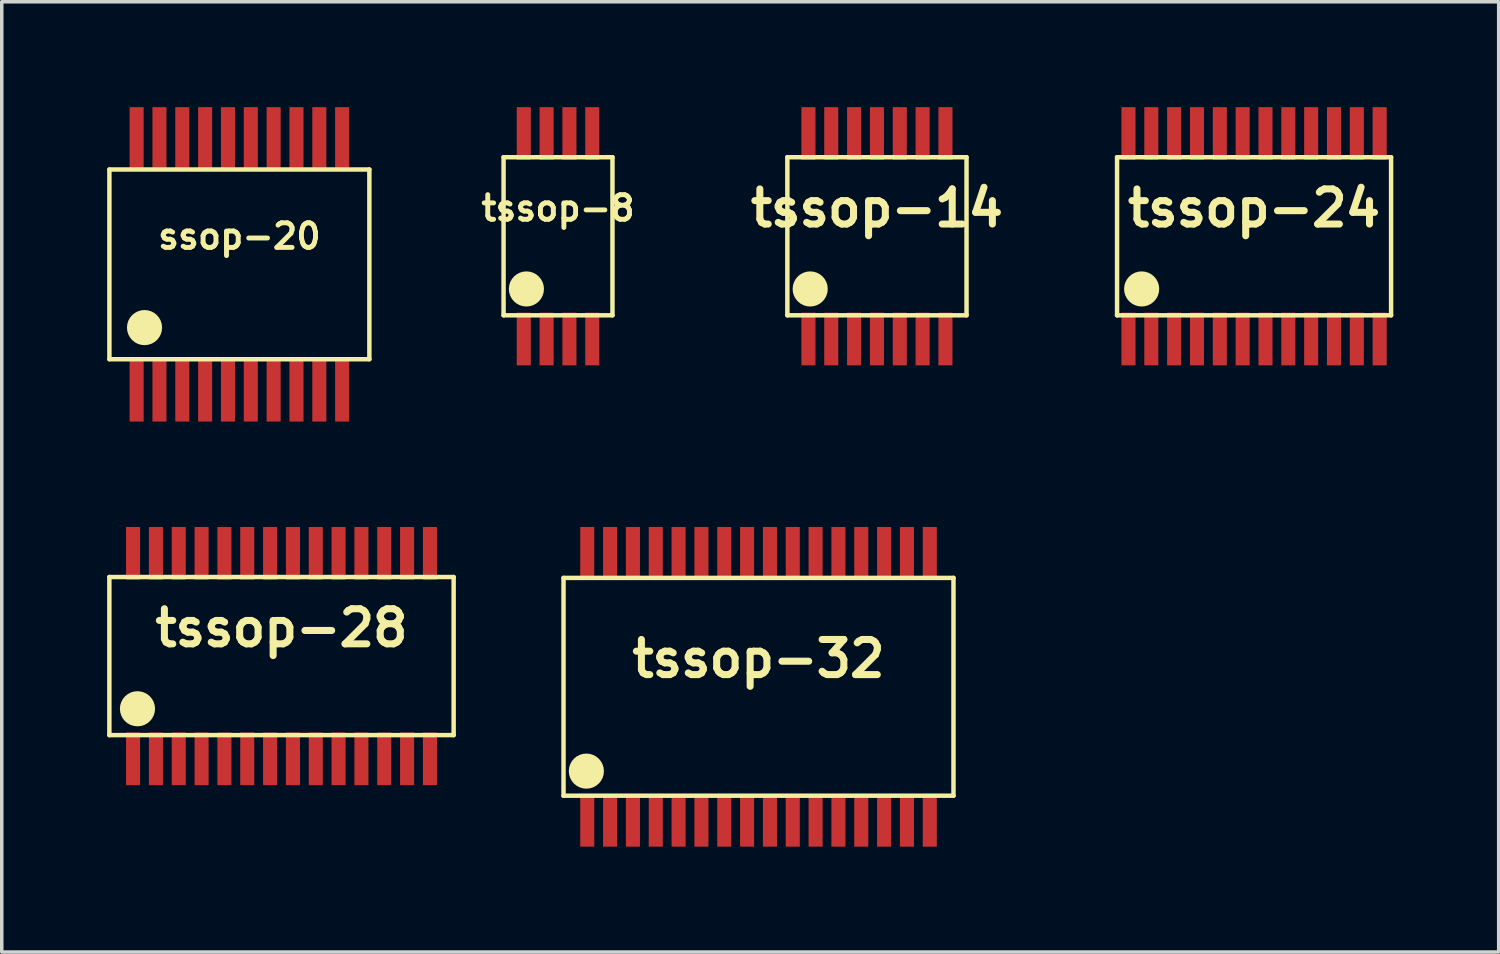
<source format=kicad_pcb>
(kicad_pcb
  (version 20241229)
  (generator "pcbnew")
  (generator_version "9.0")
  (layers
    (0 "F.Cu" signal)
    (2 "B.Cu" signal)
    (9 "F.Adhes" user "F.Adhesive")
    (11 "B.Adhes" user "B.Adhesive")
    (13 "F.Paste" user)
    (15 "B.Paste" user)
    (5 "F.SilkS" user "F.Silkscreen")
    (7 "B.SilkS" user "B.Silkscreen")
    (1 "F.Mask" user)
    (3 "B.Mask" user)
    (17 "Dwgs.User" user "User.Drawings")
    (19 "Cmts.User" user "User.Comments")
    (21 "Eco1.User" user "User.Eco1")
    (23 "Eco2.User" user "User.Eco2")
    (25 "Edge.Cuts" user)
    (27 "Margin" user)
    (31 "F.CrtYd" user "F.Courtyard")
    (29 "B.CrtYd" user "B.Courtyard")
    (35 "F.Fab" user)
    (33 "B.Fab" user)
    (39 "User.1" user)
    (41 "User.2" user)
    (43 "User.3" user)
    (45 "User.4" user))
  (footprint "tssop-28"
    (layer "F.Cu")
    (at 4.963 15.625)
    (property "Reference" "tssop-28" (at 0 -0.8 0) (layer "F.SilkS") (effects (font (size 1 1) (thickness 0.2))))
    (attr smd)
    (fp_line (start -4.9 -2.25) (end -4.9 2.25) (stroke (width 0.127) (type solid)) (layer "F.SilkS"))
    (fp_line (start -4.9 2.25) (end 4.9 2.25) (stroke (width 0.127) (type solid)) (layer "F.SilkS"))
    (fp_line (start 4.9 -2.25) (end -4.9 -2.25) (stroke (width 0.127) (type solid)) (layer "F.SilkS"))
    (fp_line (start 4.9 2.25) (end 4.9 -2.25) (stroke (width 0.127) (type solid)) (layer "F.SilkS"))
    (fp_circle (center -4.1 1.5) (end -3.85 1.5) (stroke (width 0.5) (type solid)) (fill no) (layer "F.SilkS"))
    (pad "1" smd rect (at -4.225 2.925) (size 0.4 1.5) (layers "F.Cu" "F.Mask" "F.Paste"))
    (pad "2" smd rect (at -3.575 2.925) (size 0.4 1.5) (layers "F.Cu" "F.Mask" "F.Paste"))
    (pad "3" smd rect (at -2.925 2.925) (size 0.4 1.5) (layers "F.Cu" "F.Mask" "F.Paste"))
    (pad "4" smd rect (at -2.275 2.925) (size 0.4 1.5) (layers "F.Cu" "F.Mask" "F.Paste"))
    (pad "5" smd rect (at -1.625 2.925) (size 0.4 1.5) (layers "F.Cu" "F.Mask" "F.Paste"))
    (pad "6" smd rect (at -0.975 2.925) (size 0.4 1.5) (layers "F.Cu" "F.Mask" "F.Paste"))
    (pad "7" smd rect (at -0.325 2.925) (size 0.4 1.5) (layers "F.Cu" "F.Mask" "F.Paste"))
    (pad "8" smd rect (at 0.325 2.925) (size 0.4 1.5) (layers "F.Cu" "F.Mask" "F.Paste"))
    (pad "9" smd rect (at 0.975 2.925) (size 0.4 1.5) (layers "F.Cu" "F.Mask" "F.Paste"))
    (pad "10" smd rect (at 1.625 2.925) (size 0.4 1.5) (layers "F.Cu" "F.Mask" "F.Paste"))
    (pad "11" smd rect (at 2.275 2.925) (size 0.4 1.5) (layers "F.Cu" "F.Mask" "F.Paste"))
    (pad "12" smd rect (at 2.925 2.925) (size 0.4 1.5) (layers "F.Cu" "F.Mask" "F.Paste"))
    (pad "13" smd rect (at 3.575 2.925) (size 0.4 1.5) (layers "F.Cu" "F.Mask" "F.Paste"))
    (pad "14" smd rect (at 4.225 2.925) (size 0.4 1.5) (layers "F.Cu" "F.Mask" "F.Paste"))
    (pad "15" smd rect (at 4.225 -2.925) (size 0.4 1.5) (layers "F.Cu" "F.Mask" "F.Paste"))
    (pad "16" smd rect (at 3.575 -2.925) (size 0.4 1.5) (layers "F.Cu" "F.Mask" "F.Paste"))
    (pad "17" smd rect (at 2.925 -2.925) (size 0.4 1.5) (layers "F.Cu" "F.Mask" "F.Paste"))
    (pad "18" smd rect (at 2.275 -2.925) (size 0.4 1.5) (layers "F.Cu" "F.Mask" "F.Paste"))
    (pad "19" smd rect (at 1.625 -2.925) (size 0.4 1.5) (layers "F.Cu" "F.Mask" "F.Paste"))
    (pad "20" smd rect (at 0.975 -2.925) (size 0.4 1.5) (layers "F.Cu" "F.Mask" "F.Paste"))
    (pad "21" smd rect (at 0.325 -2.925) (size 0.4 1.5) (layers "F.Cu" "F.Mask" "F.Paste"))
    (pad "22" smd rect (at -0.325 -2.925) (size 0.4 1.5) (layers "F.Cu" "F.Mask" "F.Paste"))
    (pad "23" smd rect (at -0.975 -2.925) (size 0.4 1.5) (layers "F.Cu" "F.Mask" "F.Paste"))
    (pad "24" smd rect (at -1.625 -2.925) (size 0.4 1.5) (layers "F.Cu" "F.Mask" "F.Paste"))
    (pad "25" smd rect (at -2.275 -2.925) (size 0.4 1.5) (layers "F.Cu" "F.Mask" "F.Paste"))
    (pad "26" smd rect (at -2.925 -2.925) (size 0.4 1.5) (layers "F.Cu" "F.Mask" "F.Paste"))
    (pad "27" smd rect (at -3.575 -2.925) (size 0.4 1.5) (layers "F.Cu" "F.Mask" "F.Paste"))
    (pad "28" smd rect (at -4.225 -2.925) (size 0.4 1.5) (layers "F.Cu" "F.Mask" "F.Paste")))
  (footprint "tssop-8"
    (layer "F.Cu")
    (at 12.834 3.675)
    (property "Reference" "tssop-8" (at 0 -0.8 0) (layer "F.SilkS") (effects (font (size 0.7 0.7) (thickness 0.14))))
    (attr smd)
    (fp_line (start -1.55 -2.25) (end -1.55 2.25) (stroke (width 0.127) (type solid)) (layer "F.SilkS"))
    (fp_line (start -1.55 2.25) (end 1.55 2.25) (stroke (width 0.127) (type solid)) (layer "F.SilkS"))
    (fp_line (start 1.55 -2.25) (end -1.55 -2.25) (stroke (width 0.127) (type solid)) (layer "F.SilkS"))
    (fp_line (start 1.55 2.25) (end 1.55 -2.25) (stroke (width 0.127) (type solid)) (layer "F.SilkS"))
    (fp_circle (center -0.9 1.5) (end -0.65 1.5) (stroke (width 0.5) (type solid)) (fill no) (layer "F.SilkS"))
    (pad "1" smd rect (at -0.975 2.925) (size 0.4 1.5) (layers "F.Cu" "F.Mask" "F.Paste"))
    (pad "2" smd rect (at -0.325 2.925) (size 0.4 1.5) (layers "F.Cu" "F.Mask" "F.Paste"))
    (pad "3" smd rect (at 0.325 2.925) (size 0.4 1.5) (layers "F.Cu" "F.Mask" "F.Paste"))
    (pad "4" smd rect (at 0.975 2.925) (size 0.4 1.5) (layers "F.Cu" "F.Mask" "F.Paste"))
    (pad "5" smd rect (at 0.975 -2.925) (size 0.4 1.5) (layers "F.Cu" "F.Mask" "F.Paste"))
    (pad "6" smd rect (at 0.325 -2.925) (size 0.4 1.5) (layers "F.Cu" "F.Mask" "F.Paste"))
    (pad "7" smd rect (at -0.325 -2.925) (size 0.4 1.5) (layers "F.Cu" "F.Mask" "F.Paste"))
    (pad "8" smd rect (at -0.975 -2.925) (size 0.4 1.5) (layers "F.Cu" "F.Mask" "F.Paste")))
  (footprint "tssop-24"
    (layer "F.Cu")
    (at 32.647 3.675)
    (property "Reference" "tssop-24" (at 0 -0.8 0) (layer "F.SilkS") (effects (font (size 1 1) (thickness 0.2))))
    (attr smd)
    (fp_line (start -3.9 -2.25) (end -3.9 2.25) (stroke (width 0.127) (type solid)) (layer "F.SilkS"))
    (fp_line (start -3.9 2.25) (end 3.9 2.25) (stroke (width 0.127) (type solid)) (layer "F.SilkS"))
    (fp_line (start 3.9 -2.25) (end -3.9 -2.25) (stroke (width 0.127) (type solid)) (layer "F.SilkS"))
    (fp_line (start 3.9 2.25) (end 3.9 -2.25) (stroke (width 0.127) (type solid)) (layer "F.SilkS"))
    (fp_circle (center -3.2 1.5) (end -2.95 1.5) (stroke (width 0.5) (type solid)) (fill no) (layer "F.SilkS"))
    (pad "1" smd rect (at -3.575 2.925) (size 0.4 1.5) (layers "F.Cu" "F.Mask" "F.Paste"))
    (pad "2" smd rect (at -2.925 2.925) (size 0.4 1.5) (layers "F.Cu" "F.Mask" "F.Paste"))
    (pad "3" smd rect (at -2.275 2.925) (size 0.4 1.5) (layers "F.Cu" "F.Mask" "F.Paste"))
    (pad "4" smd rect (at -1.625 2.925) (size 0.4 1.5) (layers "F.Cu" "F.Mask" "F.Paste"))
    (pad "5" smd rect (at -0.975 2.925) (size 0.4 1.5) (layers "F.Cu" "F.Mask" "F.Paste"))
    (pad "6" smd rect (at -0.325 2.925) (size 0.4 1.5) (layers "F.Cu" "F.Mask" "F.Paste"))
    (pad "7" smd rect (at 0.325 2.925) (size 0.4 1.5) (layers "F.Cu" "F.Mask" "F.Paste"))
    (pad "8" smd rect (at 0.975 2.925) (size 0.4 1.5) (layers "F.Cu" "F.Mask" "F.Paste"))
    (pad "9" smd rect (at 1.625 2.925) (size 0.4 1.5) (layers "F.Cu" "F.Mask" "F.Paste"))
    (pad "10" smd rect (at 2.275 2.925) (size 0.4 1.5) (layers "F.Cu" "F.Mask" "F.Paste"))
    (pad "11" smd rect (at 2.925 2.925) (size 0.4 1.5) (layers "F.Cu" "F.Mask" "F.Paste"))
    (pad "12" smd rect (at 3.575 2.925) (size 0.4 1.5) (layers "F.Cu" "F.Mask" "F.Paste"))
    (pad "13" smd rect (at 3.575 -2.925) (size 0.4 1.5) (layers "F.Cu" "F.Mask" "F.Paste"))
    (pad "14" smd rect (at 2.925 -2.925) (size 0.4 1.5) (layers "F.Cu" "F.Mask" "F.Paste"))
    (pad "15" smd rect (at 2.275 -2.925) (size 0.4 1.5) (layers "F.Cu" "F.Mask" "F.Paste"))
    (pad "16" smd rect (at 1.625 -2.925) (size 0.4 1.5) (layers "F.Cu" "F.Mask" "F.Paste"))
    (pad "17" smd rect (at 0.975 -2.925) (size 0.4 1.5) (layers "F.Cu" "F.Mask" "F.Paste"))
    (pad "18" smd rect (at 0.325 -2.925) (size 0.4 1.5) (layers "F.Cu" "F.Mask" "F.Paste"))
    (pad "19" smd rect (at -0.325 -2.925) (size 0.4 1.5) (layers "F.Cu" "F.Mask" "F.Paste"))
    (pad "20" smd rect (at -0.975 -2.925) (size 0.4 1.5) (layers "F.Cu" "F.Mask" "F.Paste"))
    (pad "21" smd rect (at -1.625 -2.925) (size 0.4 1.5) (layers "F.Cu" "F.Mask" "F.Paste"))
    (pad "22" smd rect (at -2.275 -2.925) (size 0.4 1.5) (layers "F.Cu" "F.Mask" "F.Paste"))
    (pad "23" smd rect (at -2.925 -2.925) (size 0.4 1.5) (layers "F.Cu" "F.Mask" "F.Paste"))
    (pad "24" smd rect (at -3.575 -2.925) (size 0.4 1.5) (layers "F.Cu" "F.Mask" "F.Paste")))
  (footprint "ssop-20"
    (layer "F.Cu")
    (at 3.764 4.475)
    (property "Reference" "ssop-20" (at 0 -0.8 0) (layer "F.SilkS") (effects (font (size 0.7 0.7) (thickness 0.14))))
    (attr smd)
    (fp_line (start -3.7 -2.7) (end 3.7 -2.7) (stroke (width 0.127) (type solid)) (layer "F.SilkS"))
    (fp_line (start -3.7 2.7) (end -3.7 -2.7) (stroke (width 0.127) (type solid)) (layer "F.SilkS"))
    (fp_line (start 3.7 -2.7) (end 3.7 2.7) (stroke (width 0.127) (type solid)) (layer "F.SilkS"))
    (fp_line (start 3.7 2.7) (end -3.7 2.7) (stroke (width 0.127) (type solid)) (layer "F.SilkS"))
    (fp_circle (center -2.7 1.8) (end -2.45 1.8) (stroke (width 0.5) (type solid)) (fill no) (layer "F.SilkS"))
    (pad "1" smd rect (at -2.925 3.6) (size 0.4 1.75) (layers "F.Cu" "F.Mask" "F.Paste"))
    (pad "2" smd rect (at -2.275 3.6) (size 0.4 1.75) (layers "F.Cu" "F.Mask" "F.Paste"))
    (pad "3" smd rect (at -1.625 3.6) (size 0.4 1.75) (layers "F.Cu" "F.Mask" "F.Paste"))
    (pad "4" smd rect (at -0.975 3.6) (size 0.4 1.75) (layers "F.Cu" "F.Mask" "F.Paste"))
    (pad "5" smd rect (at -0.325 3.6) (size 0.4 1.75) (layers "F.Cu" "F.Mask" "F.Paste"))
    (pad "6" smd rect (at 0.325 3.6) (size 0.4 1.75) (layers "F.Cu" "F.Mask" "F.Paste"))
    (pad "7" smd rect (at 0.975 3.6) (size 0.4 1.75) (layers "F.Cu" "F.Mask" "F.Paste"))
    (pad "8" smd rect (at 1.625 3.6) (size 0.4 1.75) (layers "F.Cu" "F.Mask" "F.Paste"))
    (pad "9" smd rect (at 2.275 3.6) (size 0.4 1.75) (layers "F.Cu" "F.Mask" "F.Paste"))
    (pad "10" smd rect (at 2.925 3.6) (size 0.4 1.75) (layers "F.Cu" "F.Mask" "F.Paste"))
    (pad "11" smd rect (at 2.925 -3.6) (size 0.4 1.75) (layers "F.Cu" "F.Mask" "F.Paste"))
    (pad "12" smd rect (at 2.275 -3.6) (size 0.4 1.75) (layers "F.Cu" "F.Mask" "F.Paste"))
    (pad "13" smd rect (at 1.625 -3.6) (size 0.4 1.75) (layers "F.Cu" "F.Mask" "F.Paste"))
    (pad "14" smd rect (at 0.975 -3.6) (size 0.4 1.75) (layers "F.Cu" "F.Mask" "F.Paste"))
    (pad "15" smd rect (at 0.325 -3.6) (size 0.4 1.75) (layers "F.Cu" "F.Mask" "F.Paste"))
    (pad "16" smd rect (at -0.325 -3.6) (size 0.4 1.75) (layers "F.Cu" "F.Mask" "F.Paste"))
    (pad "17" smd rect (at -0.975 -3.6) (size 0.4 1.75) (layers "F.Cu" "F.Mask" "F.Paste"))
    (pad "18" smd rect (at -1.625 -3.6) (size 0.4 1.75) (layers "F.Cu" "F.Mask" "F.Paste"))
    (pad "19" smd rect (at -2.275 -3.6) (size 0.4 1.75) (layers "F.Cu" "F.Mask" "F.Paste"))
    (pad "20" smd rect (at -2.925 -3.6) (size 0.4 1.75) (layers "F.Cu" "F.Mask" "F.Paste")))
  (footprint "tssop-32"
    (layer "F.Cu")
    (at 18.541 16.5)
    (property "Reference" "tssop-32" (at 0 -0.8 0) (layer "F.SilkS") (effects (font (size 1 1) (thickness 0.2))))
    (attr smd)
    (fp_line (start -5.55 -3.1) (end -5.55 3.1) (stroke (width 0.127) (type solid)) (layer "F.SilkS"))
    (fp_line (start -5.55 3.1) (end 5.55 3.1) (stroke (width 0.127) (type solid)) (layer "F.SilkS"))
    (fp_line (start 5.55 -3.1) (end -5.55 -3.1) (stroke (width 0.127) (type solid)) (layer "F.SilkS"))
    (fp_line (start 5.55 3.1) (end 5.55 -3.1) (stroke (width 0.127) (type solid)) (layer "F.SilkS"))
    (fp_circle (center -4.9 2.4) (end -4.65 2.4) (stroke (width 0.5) (type solid)) (fill no) (layer "F.SilkS"))
    (pad "1" smd rect (at -4.875 3.8) (size 0.4 1.5) (layers "F.Cu" "F.Mask" "F.Paste"))
    (pad "2" smd rect (at -4.225 3.8) (size 0.4 1.5) (layers "F.Cu" "F.Mask" "F.Paste"))
    (pad "3" smd rect (at -3.575 3.8) (size 0.4 1.5) (layers "F.Cu" "F.Mask" "F.Paste"))
    (pad "4" smd rect (at -2.925 3.8) (size 0.4 1.5) (layers "F.Cu" "F.Mask" "F.Paste"))
    (pad "5" smd rect (at -2.275 3.8) (size 0.4 1.5) (layers "F.Cu" "F.Mask" "F.Paste"))
    (pad "6" smd rect (at -1.625 3.8) (size 0.4 1.5) (layers "F.Cu" "F.Mask" "F.Paste"))
    (pad "7" smd rect (at -0.975 3.8) (size 0.4 1.5) (layers "F.Cu" "F.Mask" "F.Paste"))
    (pad "8" smd rect (at -0.325 3.8) (size 0.4 1.5) (layers "F.Cu" "F.Mask" "F.Paste"))
    (pad "9" smd rect (at 0.325 3.8) (size 0.4 1.5) (layers "F.Cu" "F.Mask" "F.Paste"))
    (pad "10" smd rect (at 0.975 3.8) (size 0.4 1.5) (layers "F.Cu" "F.Mask" "F.Paste"))
    (pad "11" smd rect (at 1.625 3.8) (size 0.4 1.5) (layers "F.Cu" "F.Mask" "F.Paste"))
    (pad "12" smd rect (at 2.275 3.8) (size 0.4 1.5) (layers "F.Cu" "F.Mask" "F.Paste"))
    (pad "13" smd rect (at 2.925 3.8) (size 0.4 1.5) (layers "F.Cu" "F.Mask" "F.Paste"))
    (pad "14" smd rect (at 3.575 3.8) (size 0.4 1.5) (layers "F.Cu" "F.Mask" "F.Paste"))
    (pad "15" smd rect (at 4.225 3.8) (size 0.4 1.5) (layers "F.Cu" "F.Mask" "F.Paste"))
    (pad "16" smd rect (at 4.875 3.8) (size 0.4 1.5) (layers "F.Cu" "F.Mask" "F.Paste"))
    (pad "17" smd rect (at 4.875 -3.8) (size 0.4 1.5) (layers "F.Cu" "F.Mask" "F.Paste"))
    (pad "18" smd rect (at 4.225 -3.8) (size 0.4 1.5) (layers "F.Cu" "F.Mask" "F.Paste"))
    (pad "19" smd rect (at 3.575 -3.8) (size 0.4 1.5) (layers "F.Cu" "F.Mask" "F.Paste"))
    (pad "20" smd rect (at 2.925 -3.8) (size 0.4 1.5) (layers "F.Cu" "F.Mask" "F.Paste"))
    (pad "21" smd rect (at 2.275 -3.8) (size 0.4 1.5) (layers "F.Cu" "F.Mask" "F.Paste"))
    (pad "22" smd rect (at 1.625 -3.8) (size 0.4 1.5) (layers "F.Cu" "F.Mask" "F.Paste"))
    (pad "23" smd rect (at 0.975 -3.8) (size 0.4 1.5) (layers "F.Cu" "F.Mask" "F.Paste"))
    (pad "24" smd rect (at 0.325 -3.8) (size 0.4 1.5) (layers "F.Cu" "F.Mask" "F.Paste"))
    (pad "25" smd rect (at -0.325 -3.8) (size 0.4 1.5) (layers "F.Cu" "F.Mask" "F.Paste"))
    (pad "26" smd rect (at -0.975 -3.8) (size 0.4 1.5) (layers "F.Cu" "F.Mask" "F.Paste"))
    (pad "27" smd rect (at -1.625 -3.8) (size 0.4 1.5) (layers "F.Cu" "F.Mask" "F.Paste"))
    (pad "28" smd rect (at -2.275 -3.8) (size 0.4 1.5) (layers "F.Cu" "F.Mask" "F.Paste"))
    (pad "29" smd rect (at -2.925 -3.8) (size 0.4 1.5) (layers "F.Cu" "F.Mask" "F.Paste"))
    (pad "30" smd rect (at -3.575 -3.8) (size 0.4 1.5) (layers "F.Cu" "F.Mask" "F.Paste"))
    (pad "31" smd rect (at -4.225 -3.8) (size 0.4 1.5) (layers "F.Cu" "F.Mask" "F.Paste"))
    (pad "32" smd rect (at -4.875 -3.8) (size 0.4 1.5) (layers "F.Cu" "F.Mask" "F.Paste")))
  (footprint "tssop-14"
    (layer "F.Cu")
    (at 21.912 3.675)
    (property "Reference" "tssop-14" (at 0 -0.8 0) (layer "F.SilkS") (effects (font (size 1 1) (thickness 0.2))))
    (attr smd)
    (fp_line (start -2.55 -2.25) (end -2.55 2.25) (stroke (width 0.127) (type solid)) (layer "F.SilkS"))
    (fp_line (start -2.55 2.25) (end 2.55 2.25) (stroke (width 0.127) (type solid)) (layer "F.SilkS"))
    (fp_line (start 2.55 -2.25) (end -2.55 -2.25) (stroke (width 0.127) (type solid)) (layer "F.SilkS"))
    (fp_line (start 2.55 2.25) (end 2.55 -2.25) (stroke (width 0.127) (type solid)) (layer "F.SilkS"))
    (fp_circle (center -1.9 1.5) (end -1.65 1.5) (stroke (width 0.5) (type solid)) (fill no) (layer "F.SilkS"))
    (pad "1" smd rect (at -1.95 2.925) (size 0.4 1.5) (layers "F.Cu" "F.Mask" "F.Paste"))
    (pad "2" smd rect (at -1.3 2.925) (size 0.4 1.5) (layers "F.Cu" "F.Mask" "F.Paste"))
    (pad "3" smd rect (at -0.65 2.925) (size 0.4 1.5) (layers "F.Cu" "F.Mask" "F.Paste"))
    (pad "4" smd rect (at 0 2.925) (size 0.4 1.5) (layers "F.Cu" "F.Mask" "F.Paste"))
    (pad "5" smd rect (at 0.65 2.925) (size 0.4 1.5) (layers "F.Cu" "F.Mask" "F.Paste"))
    (pad "6" smd rect (at 1.3 2.925) (size 0.4 1.5) (layers "F.Cu" "F.Mask" "F.Paste"))
    (pad "7" smd rect (at 1.95 2.925) (size 0.4 1.5) (layers "F.Cu" "F.Mask" "F.Paste"))
    (pad "8" smd rect (at 1.95 -2.925) (size 0.4 1.5) (layers "F.Cu" "F.Mask" "F.Paste"))
    (pad "9" smd rect (at 1.3 -2.925) (size 0.4 1.5) (layers "F.Cu" "F.Mask" "F.Paste"))
    (pad "10" smd rect (at 0.65 -2.925) (size 0.4 1.5) (layers "F.Cu" "F.Mask" "F.Paste"))
    (pad "11" smd rect (at 0 -2.925) (size 0.4 1.5) (layers "F.Cu" "F.Mask" "F.Paste"))
    (pad "12" smd rect (at -0.65 -2.925) (size 0.4 1.5) (layers "F.Cu" "F.Mask" "F.Paste"))
    (pad "13" smd rect (at -1.3 -2.925) (size 0.4 1.5) (layers "F.Cu" "F.Mask" "F.Paste"))
    (pad "14" smd rect (at -1.95 -2.925) (size 0.4 1.5) (layers "F.Cu" "F.Mask" "F.Paste")))
  (gr_rect
    (start -3 -3)
    (end 39.61 24.05)
    (stroke (width 0.1) (type default))
    (fill no)
    (layer "Edge.Cuts")))
</source>
